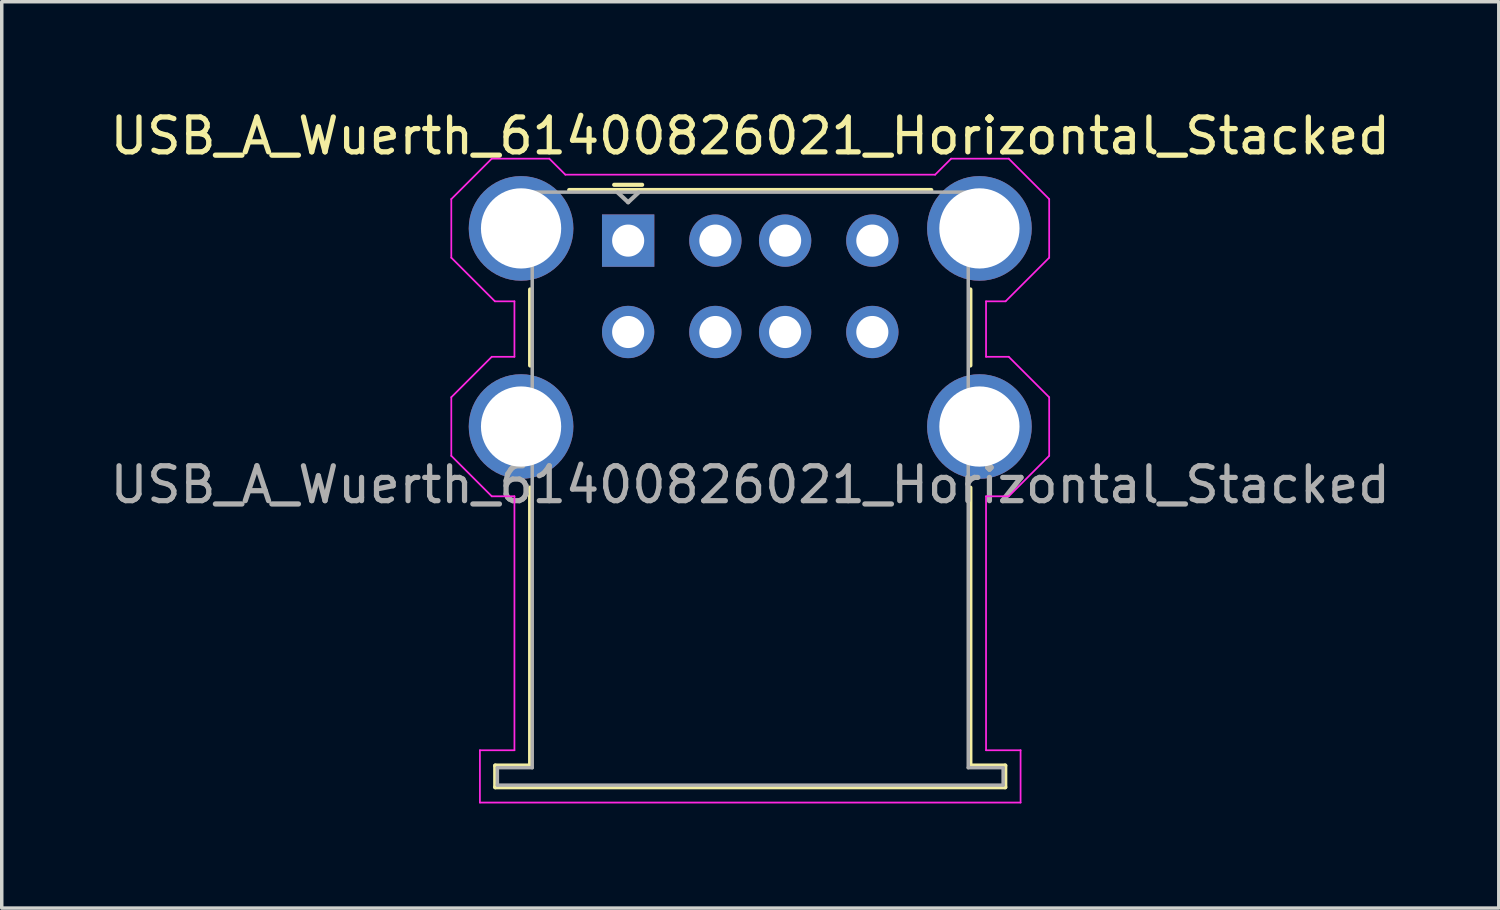
<source format=kicad_pcb>
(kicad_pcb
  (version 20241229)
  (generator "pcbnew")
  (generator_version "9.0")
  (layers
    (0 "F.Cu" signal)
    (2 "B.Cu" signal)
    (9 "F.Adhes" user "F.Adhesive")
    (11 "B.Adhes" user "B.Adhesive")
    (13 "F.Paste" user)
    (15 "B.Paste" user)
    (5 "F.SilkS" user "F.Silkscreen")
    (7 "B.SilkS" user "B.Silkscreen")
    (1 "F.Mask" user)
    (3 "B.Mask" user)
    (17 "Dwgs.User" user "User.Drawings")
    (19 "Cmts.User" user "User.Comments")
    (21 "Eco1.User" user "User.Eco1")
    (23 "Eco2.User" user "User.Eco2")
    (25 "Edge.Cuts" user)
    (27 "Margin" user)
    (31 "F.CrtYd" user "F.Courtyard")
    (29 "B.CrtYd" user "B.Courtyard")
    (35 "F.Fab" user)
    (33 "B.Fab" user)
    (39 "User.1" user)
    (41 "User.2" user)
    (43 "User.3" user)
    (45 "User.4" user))
  (footprint "USB_A_Wuerth_61400826021_Horizontal_Stacked"
    (layer "F.Cu")
    (at 14.958 3.848)
    (property "Reference" "USB_A_Wuerth_61400826021_Horizontal_Stacked" (at 3.5 -3 0) (layer "F.SilkS") (effects (font (size 1 1) (thickness 0.15))))
    (attr through_hole)
    (fp_line (start -3.81 15.05) (end -2.81 15.05) (stroke (width 0.12) (type solid)) (layer "F.SilkS"))
    (fp_line (start -3.81 15.67) (end -3.81 15.05) (stroke (width 0.12) (type solid)) (layer "F.SilkS"))
    (fp_line (start -2.81 3.58) (end -2.81 1.4) (stroke (width 0.12) (type solid)) (layer "F.SilkS"))
    (fp_line (start -2.81 15.05) (end -2.81 7.08) (stroke (width 0.12) (type solid)) (layer "F.SilkS"))
    (fp_line (start -1.69 -1.45) (end 8.69 -1.45) (stroke (width 0.12) (type solid)) (layer "F.SilkS"))
    (fp_line (start 0.4 -1.6) (end -0.4 -1.6) (stroke (width 0.12) (type solid)) (layer "F.SilkS"))
    (fp_line (start 9.81 3.58) (end 9.81 1.4) (stroke (width 0.12) (type solid)) (layer "F.SilkS"))
    (fp_line (start 9.81 7.08) (end 9.81 15.05) (stroke (width 0.12) (type solid)) (layer "F.SilkS"))
    (fp_line (start 9.81 15.05) (end 10.81 15.05) (stroke (width 0.12) (type solid)) (layer "F.SilkS"))
    (fp_line (start 10.81 15.05) (end 10.81 15.67) (stroke (width 0.12) (type solid)) (layer "F.SilkS"))
    (fp_line (start 10.81 15.67) (end -3.81 15.67) (stroke (width 0.12) (type solid)) (layer "F.SilkS"))
    (fp_line (start -5.07 -1.19) (end -5.07 0.49) (stroke (width 0.05) (type solid)) (layer "F.CrtYd"))
    (fp_line (start -5.07 0.49) (end -3.82 1.74) (stroke (width 0.05) (type solid)) (layer "F.CrtYd"))
    (fp_line (start -5.07 4.49) (end -5.07 6.17) (stroke (width 0.05) (type solid)) (layer "F.CrtYd"))
    (fp_line (start -5.07 6.17) (end -3.91 7.33) (stroke (width 0.05) (type solid)) (layer "F.CrtYd"))
    (fp_line (start -4.25 14.61) (end -4.25 16.11) (stroke (width 0.05) (type solid)) (layer "F.CrtYd"))
    (fp_line (start -4.25 16.11) (end 11.25 16.11) (stroke (width 0.05) (type solid)) (layer "F.CrtYd"))
    (fp_line (start -3.91 -2.35) (end -5.07 -1.19) (stroke (width 0.05) (type solid)) (layer "F.CrtYd"))
    (fp_line (start -3.91 3.33) (end -5.07 4.49) (stroke (width 0.05) (type solid)) (layer "F.CrtYd"))
    (fp_line (start -3.91 3.33) (end -3.26 3.33) (stroke (width 0.05) (type solid)) (layer "F.CrtYd"))
    (fp_line (start -3.82 1.74) (end -3.26 1.74) (stroke (width 0.05) (type solid)) (layer "F.CrtYd"))
    (fp_line (start -3.26 1.74) (end -3.26 3.33) (stroke (width 0.05) (type solid)) (layer "F.CrtYd"))
    (fp_line (start -3.26 7.33) (end -3.91 7.33) (stroke (width 0.05) (type solid)) (layer "F.CrtYd"))
    (fp_line (start -3.26 7.33) (end -3.26 14.61) (stroke (width 0.05) (type solid)) (layer "F.CrtYd"))
    (fp_line (start -3.26 14.61) (end -4.25 14.61) (stroke (width 0.05) (type solid)) (layer "F.CrtYd"))
    (fp_line (start -2.26 -2.35) (end -3.91 -2.35) (stroke (width 0.05) (type solid)) (layer "F.CrtYd"))
    (fp_line (start -2.26 -2.35) (end -1.8 -1.89) (stroke (width 0.05) (type solid)) (layer "F.CrtYd"))
    (fp_line (start 8.8 -1.89) (end -1.8 -1.89) (stroke (width 0.05) (type solid)) (layer "F.CrtYd"))
    (fp_line (start 9.26 -2.35) (end 8.8 -1.89) (stroke (width 0.05) (type solid)) (layer "F.CrtYd"))
    (fp_line (start 10.26 1.74) (end 10.26 3.33) (stroke (width 0.05) (type solid)) (layer "F.CrtYd"))
    (fp_line (start 10.26 1.74) (end 10.82 1.74) (stroke (width 0.05) (type solid)) (layer "F.CrtYd"))
    (fp_line (start 10.26 3.33) (end 10.91 3.33) (stroke (width 0.05) (type solid)) (layer "F.CrtYd"))
    (fp_line (start 10.26 7.33) (end 10.26 14.61) (stroke (width 0.05) (type solid)) (layer "F.CrtYd"))
    (fp_line (start 10.26 7.33) (end 10.91 7.33) (stroke (width 0.05) (type solid)) (layer "F.CrtYd"))
    (fp_line (start 10.26 14.61) (end 11.25 14.61) (stroke (width 0.05) (type solid)) (layer "F.CrtYd"))
    (fp_line (start 10.91 -2.35) (end 9.26 -2.35) (stroke (width 0.05) (type solid)) (layer "F.CrtYd"))
    (fp_line (start 10.91 -2.35) (end 12.07 -1.19) (stroke (width 0.05) (type solid)) (layer "F.CrtYd"))
    (fp_line (start 10.91 3.33) (end 12.07 4.49) (stroke (width 0.05) (type solid)) (layer "F.CrtYd"))
    (fp_line (start 11.25 14.61) (end 11.25 16.11) (stroke (width 0.05) (type solid)) (layer "F.CrtYd"))
    (fp_line (start 12.07 -1.19) (end 12.07 0.49) (stroke (width 0.05) (type solid)) (layer "F.CrtYd"))
    (fp_line (start 12.07 0.49) (end 10.82 1.74) (stroke (width 0.05) (type solid)) (layer "F.CrtYd"))
    (fp_line (start 12.07 4.49) (end 12.07 6.17) (stroke (width 0.05) (type solid)) (layer "F.CrtYd"))
    (fp_line (start 12.07 6.17) (end 10.91 7.33) (stroke (width 0.05) (type solid)) (layer "F.CrtYd"))
    (fp_line (start -3.75 15.11) (end -3.75 15.61) (stroke (width 0.1) (type solid)) (layer "F.Fab"))
    (fp_line (start -2.75 -1.39) (end -2.75 15.11) (stroke (width 0.1) (type solid)) (layer "F.Fab"))
    (fp_line (start -2.75 15.11) (end -3.75 15.11) (stroke (width 0.1) (type solid)) (layer "F.Fab"))
    (fp_line (start 0 -1.1) (end -0.3 -1.38) (stroke (width 0.12) (type solid)) (layer "F.Fab"))
    (fp_line (start 0 -1.1) (end 0.3 -1.38) (stroke (width 0.12) (type solid)) (layer "F.Fab"))
    (fp_line (start 9.75 -1.39) (end -2.75 -1.39) (stroke (width 0.1) (type solid)) (layer "F.Fab"))
    (fp_line (start 9.75 -1.39) (end 9.75 15.11) (stroke (width 0.1) (type solid)) (layer "F.Fab"))
    (fp_line (start 9.75 15.11) (end 10.75 15.11) (stroke (width 0.1) (type solid)) (layer "F.Fab"))
    (fp_line (start 10.75 15.11) (end 10.75 15.61) (stroke (width 0.1) (type solid)) (layer "F.Fab"))
    (fp_line (start 10.75 15.61) (end -3.75 15.61) (stroke (width 0.1) (type solid)) (layer "F.Fab"))
    (fp_text user "${REFERENCE}" (at 3.5 7 0) (layer "F.Fab") (effects (font (size 1 1) (thickness 0.15))))
    (pad "1" thru_hole rect (at 0 0) (size 1.5 1.5) (drill 0.92) (layers "*.Cu" "*.Mask"))
    (pad "2" thru_hole circle (at 2.5 0) (size 1.5 1.5) (drill 0.92) (layers "*.Cu" "*.Mask"))
    (pad "3" thru_hole circle (at 4.5 0) (size 1.5 1.5) (drill 0.92) (layers "*.Cu" "*.Mask"))
    (pad "4" thru_hole circle (at 7 0) (size 1.5 1.5) (drill 0.92) (layers "*.Cu" "*.Mask"))
    (pad "5" thru_hole circle (at 0 2.62) (size 1.5 1.5) (drill 0.92) (layers "*.Cu" "*.Mask"))
    (pad "6" thru_hole circle (at 2.5 2.62) (size 1.5 1.5) (drill 0.92) (layers "*.Cu" "*.Mask"))
    (pad "7" thru_hole circle (at 4.5 2.62) (size 1.5 1.5) (drill 0.92) (layers "*.Cu" "*.Mask"))
    (pad "8" thru_hole circle (at 7 2.62) (size 1.5 1.5) (drill 0.92) (layers "*.Cu" "*.Mask"))
    (pad "9" thru_hole circle (at -3.07 -0.35) (size 3 3) (drill 2.3) (layers "*.Cu" "*.Mask"))
    (pad "9" thru_hole circle (at -3.07 5.33) (size 3 3) (drill 2.3) (layers "*.Cu" "*.Mask"))
    (pad "9" thru_hole circle (at 10.07 -0.35) (size 3 3) (drill 2.3) (layers "*.Cu" "*.Mask"))
    (pad "9" thru_hole circle (at 10.07 5.33) (size 3 3) (drill 2.3) (layers "*.Cu" "*.Mask")))
  (gr_rect
    (start -3 -3)
    (end 39.917 22.983)
    (stroke (width 0.1) (type default))
    (fill no)
    (layer "Edge.Cuts")))
</source>
